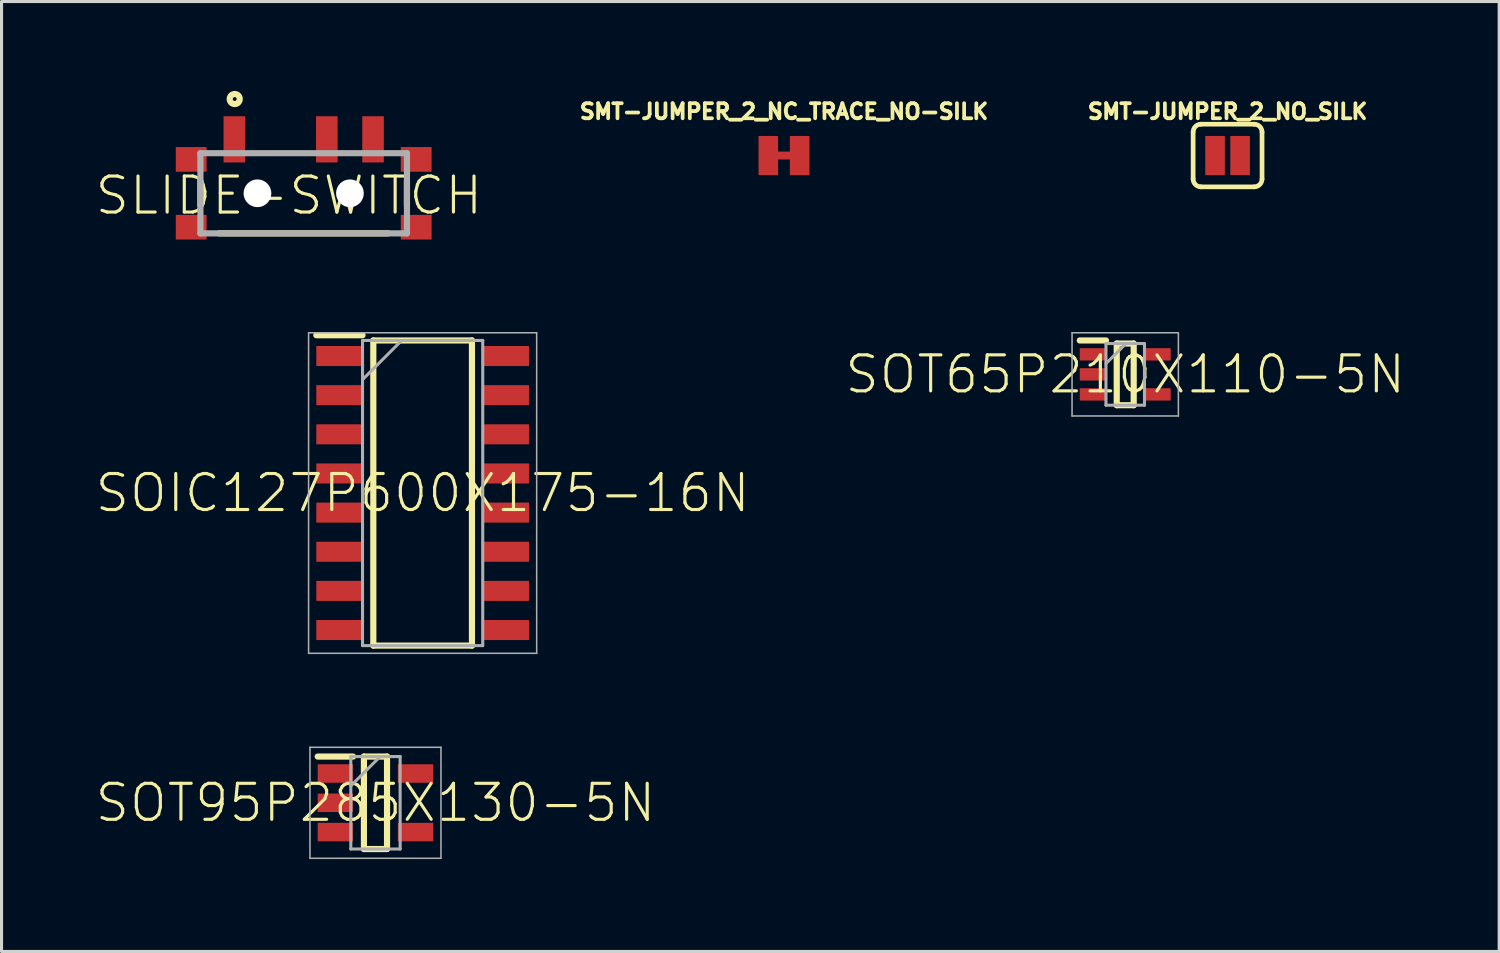
<source format=kicad_pcb>
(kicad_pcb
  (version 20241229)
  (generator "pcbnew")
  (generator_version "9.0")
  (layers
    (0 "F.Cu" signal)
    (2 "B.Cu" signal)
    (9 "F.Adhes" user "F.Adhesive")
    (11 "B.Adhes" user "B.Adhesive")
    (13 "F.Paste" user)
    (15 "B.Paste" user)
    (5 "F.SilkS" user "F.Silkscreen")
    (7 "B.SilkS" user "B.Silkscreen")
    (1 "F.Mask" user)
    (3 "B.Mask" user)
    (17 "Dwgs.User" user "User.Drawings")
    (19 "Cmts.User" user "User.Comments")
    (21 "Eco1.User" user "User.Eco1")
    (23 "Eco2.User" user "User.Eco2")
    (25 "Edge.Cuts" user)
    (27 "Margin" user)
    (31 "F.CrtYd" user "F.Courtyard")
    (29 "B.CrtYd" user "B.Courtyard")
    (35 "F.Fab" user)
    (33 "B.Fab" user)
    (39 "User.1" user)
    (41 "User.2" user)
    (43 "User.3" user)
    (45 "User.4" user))
  (footprint "SOIC127P600X175-16N"
    (layer "F.Cu")
    (at 10.662 12.946)
    (property "Reference" "SOIC127P600X175-16N" (at 0 0 0) (layer "F.SilkS") (effects (font (size 1.168 1.168) (thickness 0.102))))
    (fp_line (start -3.45 -5.12) (end -1.95 -5.12) (stroke (width 0.2) (type solid)) (layer "F.SilkS"))
    (fp_line (start -1.6 -4.95) (end 1.6 -4.95) (stroke (width 0.2) (type solid)) (layer "F.SilkS"))
    (fp_line (start -1.6 4.95) (end -1.6 -4.95) (stroke (width 0.2) (type solid)) (layer "F.SilkS"))
    (fp_line (start 1.6 -4.95) (end 1.6 4.95) (stroke (width 0.2) (type solid)) (layer "F.SilkS"))
    (fp_line (start 1.6 4.95) (end -1.6 4.95) (stroke (width 0.2) (type solid)) (layer "F.SilkS"))
    (fp_line (start -3.7 -5.2) (end 3.7 -5.2) (stroke (width 0.05) (type solid)) (layer "F.Fab"))
    (fp_line (start -3.7 5.2) (end -3.7 -5.2) (stroke (width 0.05) (type solid)) (layer "F.Fab"))
    (fp_line (start -1.95 -4.95) (end 1.95 -4.95) (stroke (width 0.1) (type solid)) (layer "F.Fab"))
    (fp_line (start -1.95 -3.68) (end -0.68 -4.95) (stroke (width 0.1) (type solid)) (layer "F.Fab"))
    (fp_line (start -1.95 4.95) (end -1.95 -4.95) (stroke (width 0.1) (type solid)) (layer "F.Fab"))
    (fp_line (start 1.95 -4.95) (end 1.95 4.95) (stroke (width 0.1) (type solid)) (layer "F.Fab"))
    (fp_line (start 1.95 4.95) (end -1.95 4.95) (stroke (width 0.1) (type solid)) (layer "F.Fab"))
    (fp_line (start 3.7 -5.2) (end 3.7 5.2) (stroke (width 0.05) (type solid)) (layer "F.Fab"))
    (fp_line (start 3.7 5.2) (end -3.7 5.2) (stroke (width 0.05) (type solid)) (layer "F.Fab"))
    (pad "1" smd rect (at -2.7 -4.445) (size 1.5 0.65) (layers "F.Cu" "F.Mask" "F.Paste"))
    (pad "2" smd rect (at -2.7 -3.175) (size 1.5 0.65) (layers "F.Cu" "F.Mask" "F.Paste"))
    (pad "3" smd rect (at -2.7 -1.905) (size 1.5 0.65) (layers "F.Cu" "F.Mask" "F.Paste"))
    (pad "4" smd rect (at -2.7 -0.635) (size 1.5 0.65) (layers "F.Cu" "F.Mask" "F.Paste"))
    (pad "5" smd rect (at -2.7 0.635) (size 1.5 0.65) (layers "F.Cu" "F.Mask" "F.Paste"))
    (pad "6" smd rect (at -2.7 1.905) (size 1.5 0.65) (layers "F.Cu" "F.Mask" "F.Paste"))
    (pad "7" smd rect (at -2.7 3.175) (size 1.5 0.65) (layers "F.Cu" "F.Mask" "F.Paste"))
    (pad "8" smd rect (at -2.7 4.445) (size 1.5 0.65) (layers "F.Cu" "F.Mask" "F.Paste"))
    (pad "9" smd rect (at 2.7 4.445) (size 1.5 0.65) (layers "F.Cu" "F.Mask" "F.Paste"))
    (pad "10" smd rect (at 2.7 3.175) (size 1.5 0.65) (layers "F.Cu" "F.Mask" "F.Paste"))
    (pad "11" smd rect (at 2.7 1.905) (size 1.5 0.65) (layers "F.Cu" "F.Mask" "F.Paste"))
    (pad "12" smd rect (at 2.7 0.635) (size 1.5 0.65) (layers "F.Cu" "F.Mask" "F.Paste"))
    (pad "13" smd rect (at 2.7 -0.635) (size 1.5 0.65) (layers "F.Cu" "F.Mask" "F.Paste"))
    (pad "14" smd rect (at 2.7 -1.905) (size 1.5 0.65) (layers "F.Cu" "F.Mask" "F.Paste"))
    (pad "15" smd rect (at 2.7 -3.175) (size 1.5 0.65) (layers "F.Cu" "F.Mask" "F.Paste"))
    (pad "16" smd rect (at 2.7 -4.445) (size 1.5 0.65) (layers "F.Cu" "F.Mask" "F.Paste")))
  (footprint "SMT-JUMPER_2_NO_SILK"
    (layer "F.Cu")
    (at 36.778 1.996)
    (property "Reference" "SMT-JUMPER_2_NO_SILK" (at 0 -1.143 0) (layer "F.SilkS") (effects (font (size 0.488 0.488) (thickness 0.122)) (justify bottom)))
    (fp_line (start -1.118 0.762) (end -1.118 -0.762) (stroke (width 0.152) (type solid)) (layer "F.SilkS"))
    (fp_line (start -0.864 -1.016) (end 0.864 -1.016) (stroke (width 0.152) (type solid)) (layer "F.SilkS"))
    (fp_line (start 0.864 1.016) (end -0.864 1.016) (stroke (width 0.152) (type solid)) (layer "F.SilkS"))
    (fp_line (start 1.118 0.762) (end 1.118 -0.762) (stroke (width 0.152) (type solid)) (layer "F.SilkS"))
    (fp_arc (start -1.1176 -0.762) (mid -1.043205 -0.941605) (end -0.8636 -1.016) (stroke (width 0.1524) (type solid)) (layer "F.SilkS"))
    (fp_arc (start -0.8636 1.016) (mid -1.043205 0.941605) (end -1.1176 0.762) (stroke (width 0.1524) (type solid)) (layer "F.SilkS"))
    (fp_arc (start 0.8636 -1.016) (mid 1.043205 -0.941605) (end 1.1176 -0.762) (stroke (width 0.1524) (type solid)) (layer "F.SilkS"))
    (fp_arc (start 1.1176 0.762) (mid 1.043205 0.941605) (end 0.8636 1.016) (stroke (width 0.1524) (type solid)) (layer "F.SilkS"))
    (pad "1" smd rect (at -0.406 0) (size 0.635 1.27) (layers "F.Cu" "F.Mask"))
    (pad "2" smd rect (at 0.406 0) (size 0.635 1.27) (layers "F.Cu" "F.Mask")))
  (footprint "SOT65P210X110-5N"
    (layer "F.Cu")
    (at 33.457 9.096)
    (property "Reference" "SOT65P210X110-5N" (at 0 0 0) (layer "F.SilkS") (effects (font (size 1.168 1.168) (thickness 0.102))))
    (fp_line (start -1.475 -1.1) (end -0.625 -1.1) (stroke (width 0.2) (type solid)) (layer "F.SilkS"))
    (fp_line (start -0.275 -1) (end 0.275 -1) (stroke (width 0.2) (type solid)) (layer "F.SilkS"))
    (fp_line (start -0.275 1) (end -0.275 -1) (stroke (width 0.2) (type solid)) (layer "F.SilkS"))
    (fp_line (start 0.275 -1) (end 0.275 1) (stroke (width 0.2) (type solid)) (layer "F.SilkS"))
    (fp_line (start 0.275 1) (end -0.275 1) (stroke (width 0.2) (type solid)) (layer "F.SilkS"))
    (fp_line (start -1.725 -1.35) (end 1.725 -1.35) (stroke (width 0.05) (type solid)) (layer "F.Fab"))
    (fp_line (start -1.725 1.35) (end -1.725 -1.35) (stroke (width 0.05) (type solid)) (layer "F.Fab"))
    (fp_line (start -0.625 -1) (end 0.625 -1) (stroke (width 0.1) (type solid)) (layer "F.Fab"))
    (fp_line (start -0.625 -0.35) (end 0.025 -1) (stroke (width 0.1) (type solid)) (layer "F.Fab"))
    (fp_line (start -0.625 1) (end -0.625 -1) (stroke (width 0.1) (type solid)) (layer "F.Fab"))
    (fp_line (start 0.625 -1) (end 0.625 1) (stroke (width 0.1) (type solid)) (layer "F.Fab"))
    (fp_line (start 0.625 1) (end -0.625 1) (stroke (width 0.1) (type solid)) (layer "F.Fab"))
    (fp_line (start 1.725 -1.35) (end 1.725 1.35) (stroke (width 0.05) (type solid)) (layer "F.Fab"))
    (fp_line (start 1.725 1.35) (end -1.725 1.35) (stroke (width 0.05) (type solid)) (layer "F.Fab"))
    (pad "1" smd rect (at -1.05 -0.65) (size 0.85 0.4) (layers "F.Cu" "F.Mask" "F.Paste"))
    (pad "2" smd rect (at -1.05 0) (size 0.85 0.4) (layers "F.Cu" "F.Mask" "F.Paste"))
    (pad "3" smd rect (at -1.05 0.65) (size 0.85 0.4) (layers "F.Cu" "F.Mask" "F.Paste"))
    (pad "4" smd rect (at 1.05 0.65) (size 0.85 0.4) (layers "F.Cu" "F.Mask" "F.Paste"))
    (pad "5" smd rect (at 1.05 -0.65) (size 0.85 0.4) (layers "F.Cu" "F.Mask" "F.Paste")))
  (footprint "SLIDE-SWITCH"
    (layer "F.Cu")
    (at 6.803 3.221)
    (property "Reference" "SLIDE-SWITCH" (at -0.481 0.073 0) (layer "F.SilkS") (effects (font (size 1.168 1.168) (thickness 0.102))))
    (fp_line (start -3.35 -0.4) (end -3.35 0.4) (stroke (width 0.2) (type solid)) (layer "F.SilkS"))
    (fp_line (start -2.748 1.3) (end 2.748 1.3) (stroke (width 0.2) (type solid)) (layer "F.SilkS"))
    (fp_line (start 3.35 -0.4) (end 3.35 0.4) (stroke (width 0.2) (type solid)) (layer "F.SilkS"))
    (fp_circle (center -2.238 -3.058) (end -2.175 -3.058) (stroke (width 0.2) (type solid)) (fill no) (layer "F.SilkS"))
    (fp_line (start -3.35 -1.3) (end 3.35 -1.3) (stroke (width 0.2) (type solid)) (layer "F.Fab"))
    (fp_line (start -3.35 1.3) (end -3.35 -1.3) (stroke (width 0.2) (type solid)) (layer "F.Fab"))
    (fp_line (start 3.35 -1.3) (end 3.35 1.3) (stroke (width 0.2) (type solid)) (layer "F.Fab"))
    (fp_line (start 3.35 1.3) (end -3.35 1.3) (stroke (width 0.2) (type solid)) (layer "F.Fab"))
    (pad "" np_thru_hole circle (at -1.5 0) (size 0.9 0.9) (drill 0.9) (layers "*.Cu" "*.Mask"))
    (pad "" np_thru_hole circle (at 1.5 0) (size 0.9 0.9) (drill 0.9) (layers "*.Cu" "*.Mask"))
    (pad "1" smd rect (at -2.25 -1.75 90) (size 1.5 0.7) (layers "F.Cu" "F.Mask" "F.Paste"))
    (pad "2" smd rect (at 0.75 -1.75 90) (size 1.5 0.7) (layers "F.Cu" "F.Mask" "F.Paste"))
    (pad "3" smd rect (at 2.25 -1.75 90) (size 1.5 0.7) (layers "F.Cu" "F.Mask" "F.Paste"))
    (pad "4" smd rect (at -3.65 -1.1) (size 1 0.8) (layers "F.Cu" "F.Mask" "F.Paste"))
    (pad "5" smd rect (at -3.65 1.1) (size 1 0.8) (layers "F.Cu" "F.Mask" "F.Paste"))
    (pad "6" smd rect (at 3.65 -1.1) (size 1 0.8) (layers "F.Cu" "F.Mask" "F.Paste"))
    (pad "7" smd rect (at 3.65 1.1) (size 1 0.8) (layers "F.Cu" "F.Mask" "F.Paste")))
  (footprint "SOT95P285X130-5N"
    (layer "F.Cu")
    (at 9.132 22.996)
    (property "Reference" "SOT95P285X130-5N" (at 0 0 0) (layer "F.SilkS") (effects (font (size 1.168 1.168) (thickness 0.102))))
    (fp_line (start -1.875 -1.5) (end -0.725 -1.5) (stroke (width 0.2) (type solid)) (layer "F.SilkS"))
    (fp_line (start -0.375 -1.5) (end 0.375 -1.5) (stroke (width 0.2) (type solid)) (layer "F.SilkS"))
    (fp_line (start -0.375 1.5) (end -0.375 -1.5) (stroke (width 0.2) (type solid)) (layer "F.SilkS"))
    (fp_line (start 0.375 -1.5) (end 0.375 1.5) (stroke (width 0.2) (type solid)) (layer "F.SilkS"))
    (fp_line (start 0.375 1.5) (end -0.375 1.5) (stroke (width 0.2) (type solid)) (layer "F.SilkS"))
    (fp_line (start -2.125 -1.8) (end 2.125 -1.8) (stroke (width 0.05) (type solid)) (layer "F.Fab"))
    (fp_line (start -2.125 1.8) (end -2.125 -1.8) (stroke (width 0.05) (type solid)) (layer "F.Fab"))
    (fp_line (start -0.8 -1.5) (end 0.8 -1.5) (stroke (width 0.1) (type solid)) (layer "F.Fab"))
    (fp_line (start -0.8 -0.55) (end 0.15 -1.5) (stroke (width 0.1) (type solid)) (layer "F.Fab"))
    (fp_line (start -0.8 1.5) (end -0.8 -1.5) (stroke (width 0.1) (type solid)) (layer "F.Fab"))
    (fp_line (start 0.8 -1.5) (end 0.8 1.5) (stroke (width 0.1) (type solid)) (layer "F.Fab"))
    (fp_line (start 0.8 1.5) (end -0.8 1.5) (stroke (width 0.1) (type solid)) (layer "F.Fab"))
    (fp_line (start 2.125 -1.8) (end 2.125 1.8) (stroke (width 0.05) (type solid)) (layer "F.Fab"))
    (fp_line (start 2.125 1.8) (end -2.125 1.8) (stroke (width 0.05) (type solid)) (layer "F.Fab"))
    (pad "1" smd rect (at -1.3 -0.95) (size 1.15 0.6) (layers "F.Cu" "F.Mask" "F.Paste"))
    (pad "2" smd rect (at -1.3 0) (size 1.15 0.6) (layers "F.Cu" "F.Mask" "F.Paste"))
    (pad "3" smd rect (at -1.3 0.95) (size 1.15 0.6) (layers "F.Cu" "F.Mask" "F.Paste"))
    (pad "4" smd rect (at 1.3 0.95) (size 1.15 0.6) (layers "F.Cu" "F.Mask" "F.Paste"))
    (pad "5" smd rect (at 1.3 -0.95) (size 1.15 0.6) (layers "F.Cu" "F.Mask" "F.Paste")))
  (footprint "SMT-JUMPER_2_NC_TRACE_NO-SILK"
    (layer "F.Cu")
    (at 22.386 1.996)
    (property "Reference" "SMT-JUMPER_2_NC_TRACE_NO-SILK" (at 0 -1.143 0) (layer "F.SilkS") (effects (font (size 0.488 0.488) (thickness 0.122)) (justify bottom)))
    (fp_line (start -0.508 0) (end 0.508 0) (stroke (width 0.254) (type solid)) (layer "F.Cu"))
    (fp_poly (pts (xy 0.254 0.191) (xy -0.254 0.191) (xy -0.254 -0.191) (xy 0.254 -0.191)) (stroke (width 0.1) (type solid)) (fill no) (layer "F.Mask"))
    (pad "1" smd rect (at -0.508 0) (size 0.635 1.27) (layers "F.Cu" "F.Mask"))
    (pad "2" smd rect (at 0.508 0) (size 0.635 1.27) (layers "F.Cu" "F.Mask")))
  (gr_rect
    (start -3 -3)
    (end 45.59 27.821)
    (stroke (width 0.1) (type default))
    (fill no)
    (layer "Edge.Cuts")))
</source>
